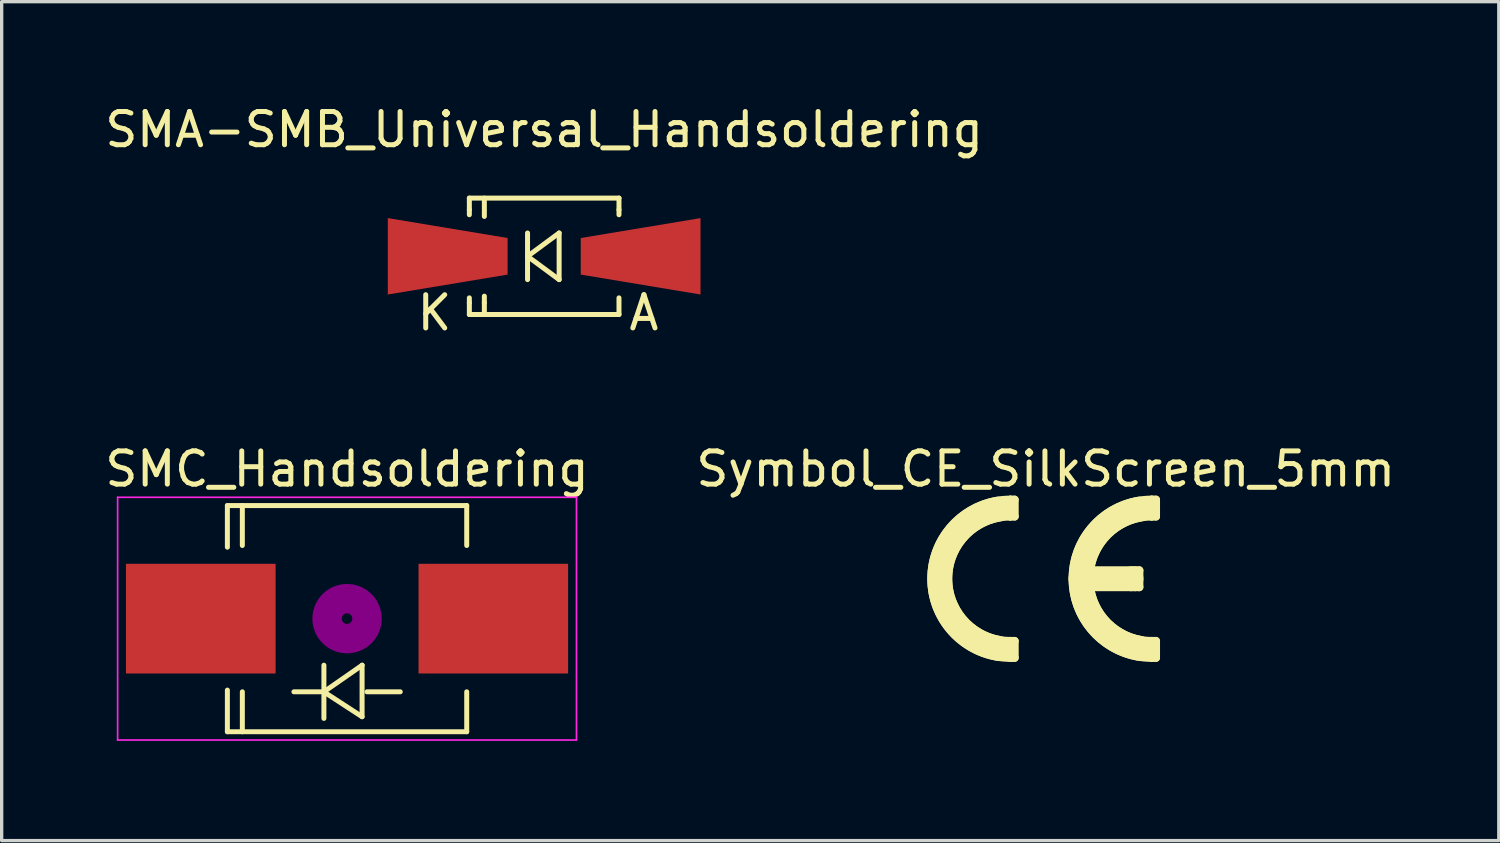
<source format=kicad_pcb>
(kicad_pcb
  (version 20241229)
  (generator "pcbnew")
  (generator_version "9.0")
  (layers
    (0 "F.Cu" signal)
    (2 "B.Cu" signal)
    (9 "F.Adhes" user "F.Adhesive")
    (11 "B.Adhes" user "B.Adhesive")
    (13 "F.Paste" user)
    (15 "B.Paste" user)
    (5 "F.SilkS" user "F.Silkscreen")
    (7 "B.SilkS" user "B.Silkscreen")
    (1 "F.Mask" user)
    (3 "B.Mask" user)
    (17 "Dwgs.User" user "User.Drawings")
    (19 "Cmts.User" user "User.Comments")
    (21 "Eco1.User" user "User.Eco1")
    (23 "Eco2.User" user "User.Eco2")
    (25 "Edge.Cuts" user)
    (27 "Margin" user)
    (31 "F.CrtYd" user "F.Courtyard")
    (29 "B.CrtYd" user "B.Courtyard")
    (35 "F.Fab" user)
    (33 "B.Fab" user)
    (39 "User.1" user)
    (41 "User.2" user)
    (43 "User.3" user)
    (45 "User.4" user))
  (footprint "SMC_Handsoldering"
    (layer "F.Cu")
    (at 7.387 15.555)
    (property "Reference" "SMC_Handsoldering" (at 0 -4.5 0) (layer "F.SilkS") (effects (font (size 1 1) (thickness 0.15))))
    (attr smd)
    (fp_line (start -3.599 -3.401) (end -3.599 -2.149) (stroke (width 0.15) (type solid)) (layer "F.SilkS"))
    (fp_line (start -3.599 -3.401) (end 3.599 -3.401) (stroke (width 0.15) (type solid)) (layer "F.SilkS"))
    (fp_line (start -3.599 3.401) (end -3.599 2.149) (stroke (width 0.15) (type solid)) (layer "F.SilkS"))
    (fp_line (start -3.599 3.401) (end 3.599 3.401) (stroke (width 0.15) (type solid)) (layer "F.SilkS"))
    (fp_line (start -3.149 -3.401) (end -3.149 -2.2) (stroke (width 0.15) (type solid)) (layer "F.SilkS"))
    (fp_line (start -3.149 3.401) (end -3.149 2.2) (stroke (width 0.15) (type solid)) (layer "F.SilkS"))
    (fp_line (start -0.699 2.2) (end 0.452 2.949) (stroke (width 0.15) (type solid)) (layer "F.SilkS"))
    (fp_line (start -0.696 1.4) (end -0.696 3) (stroke (width 0.15) (type solid)) (layer "F.SilkS"))
    (fp_line (start -0.696 2.2) (end -1.598 2.2) (stroke (width 0.15) (type solid)) (layer "F.SilkS"))
    (fp_line (start -0.696 2.2) (end 0.455 1.4) (stroke (width 0.15) (type solid)) (layer "F.SilkS"))
    (fp_line (start 0.452 2.949) (end 0.452 1.4) (stroke (width 0.15) (type solid)) (layer "F.SilkS"))
    (fp_line (start 0.602 2.2) (end 1.6 2.2) (stroke (width 0.15) (type solid)) (layer "F.SilkS"))
    (fp_line (start 3.599 -3.401) (end 3.599 -2.2) (stroke (width 0.15) (type solid)) (layer "F.SilkS"))
    (fp_line (start 3.599 3.401) (end 3.599 2.2) (stroke (width 0.15) (type solid)) (layer "F.SilkS"))
    (fp_circle (center 0 0) (end 0.15 0.051) (stroke (width 0.381) (type solid)) (fill no) (layer "F.Adhes"))
    (fp_circle (center 0 0) (end 0.5 0.051) (stroke (width 0.381) (type solid)) (fill no) (layer "F.Adhes"))
    (fp_circle (center 0 0) (end 0.851 0.051) (stroke (width 0.381) (type solid)) (fill no) (layer "F.Adhes"))
    (fp_line (start -6.9 -3.65) (end 6.9 -3.65) (stroke (width 0.05) (type solid)) (layer "F.CrtYd"))
    (fp_line (start -6.9 3.65) (end -6.9 -3.65) (stroke (width 0.05) (type solid)) (layer "F.CrtYd"))
    (fp_line (start 6.9 -3.65) (end 6.9 3.65) (stroke (width 0.05) (type solid)) (layer "F.CrtYd"))
    (fp_line (start 6.9 3.65) (end -6.9 3.65) (stroke (width 0.05) (type solid)) (layer "F.CrtYd"))
    (pad "1" smd rect (at -4.399 0 90) (size 3.299 4.501) (layers "F.Cu" "F.Mask" "F.Paste"))
    (pad "2" smd rect (at 4.399 0 90) (size 3.299 4.498) (layers "F.Cu" "F.Mask" "F.Paste")))
  (footprint "Symbol_CE_SilkScreen_5mm"
    (layer "F.Cu")
    (at 28.399 14.355)
    (property "Reference" "Symbol_CE_SilkScreen_5mm" (at 0 -3.3 0) (layer "F.SilkS") (effects (font (size 1 1) (thickness 0.15))))
    (attr through_hole)
    (fp_line (start -1.062 -2.375) (end -1.062 -1.875) (stroke (width 0.25) (type solid)) (layer "F.SilkS"))
    (fp_line (start -1.062 1.875) (end -1.062 2.375) (stroke (width 0.25) (type solid)) (layer "F.SilkS"))
    (fp_line (start -1.062 1.875) (end -0.938 1.875) (stroke (width 0.25) (type solid)) (layer "F.SilkS"))
    (fp_line (start -0.938 -2.375) (end -1.062 -2.375) (stroke (width 0.25) (type solid)) (layer "F.SilkS"))
    (fp_line (start -0.938 -2.375) (end -0.938 -1.875) (stroke (width 0.25) (type solid)) (layer "F.SilkS"))
    (fp_line (start -0.938 -1.875) (end -1.062 -1.875) (stroke (width 0.25) (type solid)) (layer "F.SilkS"))
    (fp_line (start -0.938 1.875) (end -0.938 2.375) (stroke (width 0.25) (type solid)) (layer "F.SilkS"))
    (fp_line (start -0.938 2.375) (end -1.062 2.375) (stroke (width 0.25) (type solid)) (layer "F.SilkS"))
    (fp_line (start 2.562 0) (end 1.062 0) (stroke (width 0.75) (type solid)) (layer "F.SilkS"))
    (fp_line (start 2.562 0.25) (end 2.688 0.25) (stroke (width 0.25) (type solid)) (layer "F.SilkS"))
    (fp_line (start 2.688 -0.25) (end 2.562 -0.25) (stroke (width 0.25) (type solid)) (layer "F.SilkS"))
    (fp_line (start 2.688 -0.25) (end 2.812 -0.25) (stroke (width 0.25) (type solid)) (layer "F.SilkS"))
    (fp_line (start 2.812 -0.25) (end 2.812 0.25) (stroke (width 0.25) (type solid)) (layer "F.SilkS"))
    (fp_line (start 2.812 0.25) (end 2.688 0.25) (stroke (width 0.25) (type solid)) (layer "F.SilkS"))
    (fp_line (start 3.188 -2.375) (end 3.188 -1.875) (stroke (width 0.25) (type solid)) (layer "F.SilkS"))
    (fp_line (start 3.188 -2.375) (end 3.312 -2.375) (stroke (width 0.25) (type solid)) (layer "F.SilkS"))
    (fp_line (start 3.188 1.875) (end 3.188 2.375) (stroke (width 0.25) (type solid)) (layer "F.SilkS"))
    (fp_line (start 3.188 1.875) (end 3.312 1.875) (stroke (width 0.25) (type solid)) (layer "F.SilkS"))
    (fp_line (start 3.312 -2.375) (end 3.312 -1.875) (stroke (width 0.25) (type solid)) (layer "F.SilkS"))
    (fp_line (start 3.312 -1.875) (end 3.188 -1.875) (stroke (width 0.25) (type solid)) (layer "F.SilkS"))
    (fp_line (start 3.312 1.875) (end 3.312 2.375) (stroke (width 0.25) (type solid)) (layer "F.SilkS"))
    (fp_line (start 3.312 2.375) (end 3.188 2.375) (stroke (width 0.25) (type solid)) (layer "F.SilkS"))
    (fp_arc (start -1.431502 2.092716) (mid -3.187499 0) (end -1.431503 -2.092716) (stroke (width 0.75) (type solid)) (layer "F.SilkS"))
    (fp_arc (start -1.0625 1.875) (mid -2.9375 0) (end -1.0625 -1.875) (stroke (width 0.25) (type solid)) (layer "F.SilkS"))
    (fp_arc (start -1.0625 2.375) (mid -3.4375 0) (end -1.0625 -2.375) (stroke (width 0.25) (type solid)) (layer "F.SilkS"))
    (fp_arc (start 2.818498 2.092716) (mid 1.062501 0) (end 2.818497 -2.092716) (stroke (width 0.75) (type solid)) (layer "F.SilkS"))
    (fp_arc (start 3.1875 1.875) (mid 1.3125 0) (end 3.1875 -1.875) (stroke (width 0.25) (type solid)) (layer "F.SilkS"))
    (fp_arc (start 3.1875 2.375) (mid 0.8125 0) (end 3.1875 -2.375) (stroke (width 0.25) (type solid)) (layer "F.SilkS")))
  (footprint "SMA-SMB_Universal_Handsoldering"
    (layer "F.Cu")
    (at 13.315 4.658)
    (property "Reference" "SMA-SMB_Universal_Handsoldering" (at 0 -3.81 0) (layer "F.SilkS") (effects (font (size 1 1) (thickness 0.15))))
    (attr smd)
    (fp_line (start -2.25 -1.75) (end -2.25 -1.4) (stroke (width 0.15) (type solid)) (layer "F.SilkS"))
    (fp_line (start -2.25 -1.75) (end 2.25 -1.75) (stroke (width 0.15) (type solid)) (layer "F.SilkS"))
    (fp_line (start -2.25 -1.4) (end -2.25 -1.25) (stroke (width 0.15) (type solid)) (layer "F.SilkS"))
    (fp_line (start -2.25 1.4) (end -2.25 1.25) (stroke (width 0.15) (type solid)) (layer "F.SilkS"))
    (fp_line (start -2.25 1.75) (end -2.25 1.4) (stroke (width 0.15) (type solid)) (layer "F.SilkS"))
    (fp_line (start -2.25 1.75) (end 2.25 1.75) (stroke (width 0.15) (type solid)) (layer "F.SilkS"))
    (fp_line (start -1.799 -1.75) (end -1.799 -1.4) (stroke (width 0.15) (type solid)) (layer "F.SilkS"))
    (fp_line (start -1.799 -1.349) (end -1.799 -1.199) (stroke (width 0.15) (type solid)) (layer "F.SilkS"))
    (fp_line (start -1.799 1.4) (end -1.799 1.199) (stroke (width 0.15) (type solid)) (layer "F.SilkS"))
    (fp_line (start -1.799 1.75) (end -1.799 1.4) (stroke (width 0.15) (type solid)) (layer "F.SilkS"))
    (fp_line (start -0.5 -0.701) (end -0.5 0.701) (stroke (width 0.15) (type solid)) (layer "F.SilkS"))
    (fp_line (start -0.5 0) (end 0.45 -0.701) (stroke (width 0.15) (type solid)) (layer "F.SilkS"))
    (fp_line (start 0.45 -0.701) (end 0.45 0.701) (stroke (width 0.15) (type solid)) (layer "F.SilkS"))
    (fp_line (start 0.45 0.701) (end -0.5 0) (stroke (width 0.15) (type solid)) (layer "F.SilkS"))
    (fp_line (start 2.25 -1.75) (end 2.25 -1.4) (stroke (width 0.15) (type solid)) (layer "F.SilkS"))
    (fp_line (start 2.25 -1.4) (end 2.25 -1.25) (stroke (width 0.15) (type solid)) (layer "F.SilkS"))
    (fp_line (start 2.25 1.349) (end 2.25 1.25) (stroke (width 0.15) (type solid)) (layer "F.SilkS"))
    (fp_line (start 2.25 1.75) (end 2.25 1.4) (stroke (width 0.15) (type solid)) (layer "F.SilkS"))
    (fp_text user "A" (at 3 1.699 0) (layer "F.SilkS") (effects (font (size 1 1) (thickness 0.15))))
    (fp_text user "K" (at -3.3 1.7 0) (layer "F.SilkS") (effects (font (size 1 1) (thickness 0.15))))
    (pad "1" smd trapezoid (at -2.901 0) (size 3.602 1.699) (rect_delta 0.599 0) (layers "F.Cu" "F.Mask" "F.Paste"))
    (pad "2" smd trapezoid (at 2.901 0 180) (size 3.602 1.699) (rect_delta 0.599 0) (layers "F.Cu" "F.Mask" "F.Paste")))
  (gr_rect
    (start -3 -3)
    (end 42.024 22.23)
    (stroke (width 0.1) (type default))
    (fill no)
    (layer "Edge.Cuts")))
</source>
